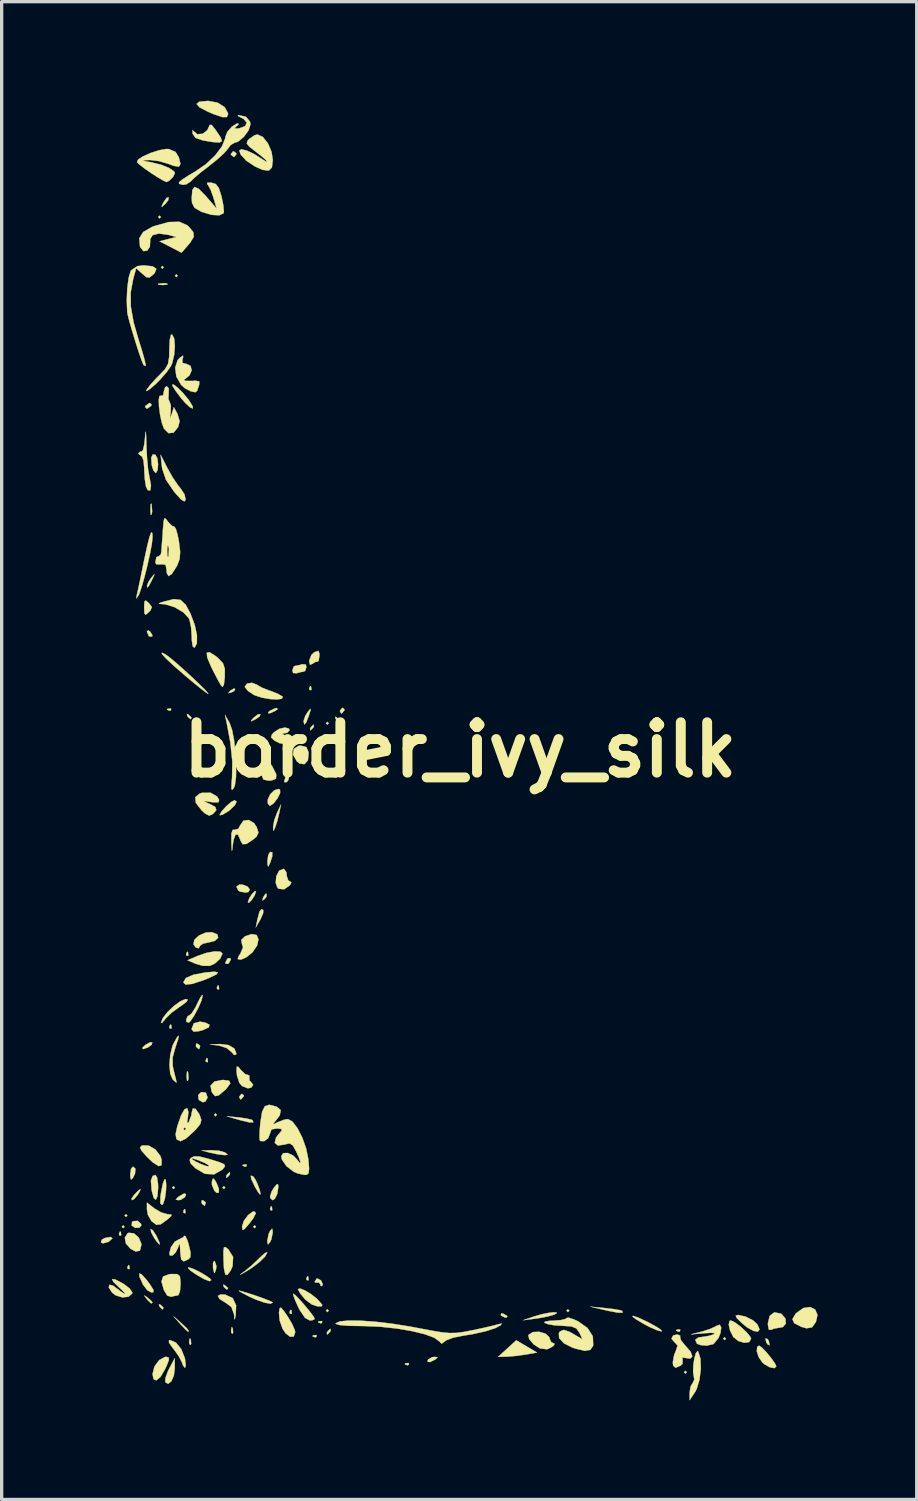
<source format=kicad_pcb>
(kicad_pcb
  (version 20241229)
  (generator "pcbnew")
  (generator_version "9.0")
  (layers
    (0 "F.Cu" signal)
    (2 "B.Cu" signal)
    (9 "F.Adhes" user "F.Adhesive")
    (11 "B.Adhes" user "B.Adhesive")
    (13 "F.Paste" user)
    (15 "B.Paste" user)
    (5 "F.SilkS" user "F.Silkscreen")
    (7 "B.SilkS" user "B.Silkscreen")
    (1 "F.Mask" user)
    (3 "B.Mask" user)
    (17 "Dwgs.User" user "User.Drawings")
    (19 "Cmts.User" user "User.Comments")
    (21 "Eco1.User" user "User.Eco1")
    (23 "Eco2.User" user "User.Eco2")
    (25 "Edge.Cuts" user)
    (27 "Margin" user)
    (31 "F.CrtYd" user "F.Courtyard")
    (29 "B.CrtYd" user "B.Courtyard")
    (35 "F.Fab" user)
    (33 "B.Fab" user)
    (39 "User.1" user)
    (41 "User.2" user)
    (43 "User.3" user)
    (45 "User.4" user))
  (footprint "border_ivy_silk"
    (layer "F.Cu")
    (at 10.881 19.648)
    (property "Reference" "border_ivy_silk" (at 0 0 0) (layer "F.SilkS") (effects (font (size 1.524 1.524) (thickness 0.3))))
    (attr through_hole)
    (fp_poly (pts (xy -10.16 14.436) (xy -10.202 14.478) (xy -10.245 14.436) (xy -10.202 14.393) (xy -10.16 14.436)) (stroke (width 0.01) (type solid)) (fill yes) (layer "F.SilkS"))
    (fp_poly (pts (xy -10.075 14.097) (xy -10.118 14.139) (xy -10.16 14.097) (xy -10.118 14.055) (xy -10.075 14.097)) (stroke (width 0.01) (type solid)) (fill yes) (layer "F.SilkS"))
    (fp_poly (pts (xy -9.059 -16.129) (xy -9.102 -16.087) (xy -9.144 -16.129) (xy -9.102 -16.171) (xy -9.059 -16.129)) (stroke (width 0.01) (type solid)) (fill yes) (layer "F.SilkS"))
    (fp_poly (pts (xy -8.975 -14.605) (xy -9.017 -14.563) (xy -9.059 -14.605) (xy -9.017 -14.647) (xy -8.975 -14.605)) (stroke (width 0.01) (type solid)) (fill yes) (layer "F.SilkS"))
    (fp_poly (pts (xy -8.636 13.25) (xy -8.678 13.293) (xy -8.721 13.25) (xy -8.678 13.208) (xy -8.636 13.25)) (stroke (width 0.01) (type solid)) (fill yes) (layer "F.SilkS"))
    (fp_poly (pts (xy -8.551 -14.351) (xy -8.594 -14.309) (xy -8.636 -14.351) (xy -8.594 -14.393) (xy -8.551 -14.351)) (stroke (width 0.01) (type solid)) (fill yes) (layer "F.SilkS"))
    (fp_poly (pts (xy -7.366 11.049) (xy -7.408 11.091) (xy -7.451 11.049) (xy -7.408 11.007) (xy -7.366 11.049)) (stroke (width 0.01) (type solid)) (fill yes) (layer "F.SilkS"))
    (fp_poly (pts (xy -7.112 13.25) (xy -7.154 13.293) (xy -7.197 13.25) (xy -7.154 13.208) (xy -7.112 13.25)) (stroke (width 0.01) (type solid)) (fill yes) (layer "F.SilkS"))
    (fp_poly (pts (xy -6.181 14.436) (xy -6.223 14.478) (xy -6.265 14.436) (xy -6.223 14.393) (xy -6.181 14.436)) (stroke (width 0.01) (type solid)) (fill yes) (layer "F.SilkS"))
    (fp_poly (pts (xy -3.979 -0.804) (xy -4.022 -0.762) (xy -4.064 -0.804) (xy -4.022 -0.847) (xy -3.979 -0.804)) (stroke (width 0.01) (type solid)) (fill yes) (layer "F.SilkS"))
    (fp_poly (pts (xy -3.979 16.976) (xy -4.022 17.018) (xy -4.064 16.976) (xy -4.022 16.933) (xy -3.979 16.976)) (stroke (width 0.01) (type solid)) (fill yes) (layer "F.SilkS"))
    (fp_poly (pts (xy 3.302 16.976) (xy 3.26 17.018) (xy 3.217 16.976) (xy 3.26 16.933) (xy 3.302 16.976)) (stroke (width 0.01) (type solid)) (fill yes) (layer "F.SilkS"))
    (fp_poly (pts (xy 6.858 18.838) (xy 6.816 18.881) (xy 6.773 18.838) (xy 6.816 18.796) (xy 6.858 18.838)) (stroke (width 0.01) (type solid)) (fill yes) (layer "F.SilkS"))
    (fp_poly (pts (xy 8.043 17.822) (xy 8.001 17.865) (xy 7.959 17.822) (xy 8.001 17.78) (xy 8.043 17.822)) (stroke (width 0.01) (type solid)) (fill yes) (layer "F.SilkS"))
    (fp_poly (pts (xy -10.273 14.591) (xy -10.263 14.691) (xy -10.273 14.704) (xy -10.323 14.692) (xy -10.329 14.647) (xy -10.298 14.578) (xy -10.273 14.591)) (stroke (width 0.01) (type solid)) (fill yes) (layer "F.SilkS"))
    (fp_poly (pts (xy -10.019 15.607) (xy -10.009 15.707) (xy -10.019 15.72) (xy -10.069 15.708) (xy -10.075 15.663) (xy -10.044 15.594) (xy -10.019 15.607)) (stroke (width 0.01) (type solid)) (fill yes) (layer "F.SilkS"))
    (fp_poly (pts (xy -8.749 -1.242) (xy -8.761 -1.191) (xy -8.805 -1.185) (xy -8.875 -1.216) (xy -8.862 -1.242) (xy -8.761 -1.252) (xy -8.749 -1.242)) (stroke (width 0.01) (type solid)) (fill yes) (layer "F.SilkS"))
    (fp_poly (pts (xy -8.749 8.326) (xy -8.739 8.426) (xy -8.749 8.438) (xy -8.799 8.427) (xy -8.805 8.382) (xy -8.774 8.312) (xy -8.749 8.326)) (stroke (width 0.01) (type solid)) (fill yes) (layer "F.SilkS"))
    (fp_poly (pts (xy -8.326 13.914) (xy -8.315 14.014) (xy -8.326 14.026) (xy -8.376 14.015) (xy -8.382 13.97) (xy -8.351 13.9) (xy -8.326 13.914)) (stroke (width 0.01) (type solid)) (fill yes) (layer "F.SilkS"))
    (fp_poly (pts (xy -8.241 6.124) (xy -8.231 6.225) (xy -8.241 6.237) (xy -8.291 6.225) (xy -8.297 6.181) (xy -8.266 6.111) (xy -8.241 6.124)) (stroke (width 0.01) (type solid)) (fill yes) (layer "F.SilkS"))
    (fp_poly (pts (xy -8.155 17.849) (xy -8.145 17.981) (xy -8.162 18.011) (xy -8.2 17.986) (xy -8.206 17.9) (xy -8.185 17.81) (xy -8.155 17.849)) (stroke (width 0.01) (type solid)) (fill yes) (layer "F.SilkS"))
    (fp_poly (pts (xy -7.648 9.342) (xy -7.638 9.442) (xy -7.648 9.454) (xy -7.699 9.443) (xy -7.705 9.398) (xy -7.674 9.328) (xy -7.648 9.342)) (stroke (width 0.01) (type solid)) (fill yes) (layer "F.SilkS"))
    (fp_poly (pts (xy -7.31 0.452) (xy -7.299 0.552) (xy -7.31 0.564) (xy -7.36 0.553) (xy -7.366 0.508) (xy -7.335 0.438) (xy -7.31 0.452)) (stroke (width 0.01) (type solid)) (fill yes) (layer "F.SilkS"))
    (fp_poly (pts (xy -7.31 7.14) (xy -7.299 7.241) (xy -7.31 7.253) (xy -7.36 7.241) (xy -7.366 7.197) (xy -7.335 7.127) (xy -7.31 7.14)) (stroke (width 0.01) (type solid)) (fill yes) (layer "F.SilkS"))
    (fp_poly (pts (xy -6.885 17.51) (xy -6.875 17.642) (xy -6.892 17.672) (xy -6.93 17.647) (xy -6.936 17.561) (xy -6.915 17.471) (xy -6.885 17.51)) (stroke (width 0.01) (type solid)) (fill yes) (layer "F.SilkS"))
    (fp_poly (pts (xy -6.463 12.559) (xy -6.475 12.609) (xy -6.519 12.615) (xy -6.589 12.584) (xy -6.576 12.559) (xy -6.475 12.549) (xy -6.463 12.559)) (stroke (width 0.01) (type solid)) (fill yes) (layer "F.SilkS"))
    (fp_poly (pts (xy -5.701 13.829) (xy -5.691 13.929) (xy -5.701 13.942) (xy -5.751 13.93) (xy -5.757 13.885) (xy -5.726 13.816) (xy -5.701 13.829)) (stroke (width 0.01) (type solid)) (fill yes) (layer "F.SilkS"))
    (fp_poly (pts (xy -5.108 16.962) (xy -5.098 17.062) (xy -5.108 17.074) (xy -5.159 17.063) (xy -5.165 17.018) (xy -5.134 16.948) (xy -5.108 16.962)) (stroke (width 0.01) (type solid)) (fill yes) (layer "F.SilkS"))
    (fp_poly (pts (xy -4.6 15.946) (xy -4.59 16.046) (xy -4.6 16.058) (xy -4.651 16.047) (xy -4.657 16.002) (xy -4.626 15.932) (xy -4.6 15.946)) (stroke (width 0.01) (type solid)) (fill yes) (layer "F.SilkS"))
    (fp_poly (pts (xy -4.516 -1.919) (xy -4.505 -1.819) (xy -4.516 -1.806) (xy -4.566 -1.818) (xy -4.572 -1.863) (xy -4.541 -1.932) (xy -4.516 -1.919)) (stroke (width 0.01) (type solid)) (fill yes) (layer "F.SilkS"))
    (fp_poly (pts (xy -4.346 17.724) (xy -4.358 17.774) (xy -4.403 17.78) (xy -4.472 17.749) (xy -4.459 17.724) (xy -4.359 17.713) (xy -4.346 17.724)) (stroke (width 0.01) (type solid)) (fill yes) (layer "F.SilkS"))
    (fp_poly (pts (xy -4.177 17.3) (xy -4.189 17.351) (xy -4.233 17.357) (xy -4.303 17.326) (xy -4.29 17.3) (xy -4.189 17.29) (xy -4.177 17.3)) (stroke (width 0.01) (type solid)) (fill yes) (layer "F.SilkS"))
    (fp_poly (pts (xy -1.552 18.57) (xy -1.564 18.621) (xy -1.609 18.627) (xy -1.678 18.596) (xy -1.665 18.57) (xy -1.565 18.56) (xy -1.552 18.57)) (stroke (width 0.01) (type solid)) (fill yes) (layer "F.SilkS"))
    (fp_poly (pts (xy 6.66 17.554) (xy 6.649 17.605) (xy 6.604 17.611) (xy 6.534 17.58) (xy 6.548 17.554) (xy 6.648 17.544) (xy 6.66 17.554)) (stroke (width 0.01) (type solid)) (fill yes) (layer "F.SilkS"))
    (fp_poly (pts (xy -9.072 16.798) (xy -8.982 16.883) (xy -9 16.933) (xy -9.012 16.933) (xy -9.084 16.873) (xy -9.11 16.836) (xy -9.12 16.778) (xy -9.072 16.798)) (stroke (width 0.01) (type solid)) (fill yes) (layer "F.SilkS"))
    (fp_poly (pts (xy -8.838 -16.638) (xy -8.926 -16.529) (xy -9.031 -16.435) (xy -9.034 -16.468) (xy -8.978 -16.581) (xy -8.887 -16.709) (xy -8.825 -16.727) (xy -8.838 -16.638)) (stroke (width 0.01) (type solid)) (fill yes) (layer "F.SilkS"))
    (fp_poly (pts (xy -8.226 -1.066) (xy -8.135 -0.981) (xy -8.154 -0.932) (xy -8.165 -0.931) (xy -8.237 -0.991) (xy -8.263 -1.029) (xy -8.273 -1.087) (xy -8.226 -1.066)) (stroke (width 0.01) (type solid)) (fill yes) (layer "F.SilkS"))
    (fp_poly (pts (xy -7.125 16.206) (xy -7.035 16.284) (xy -7.027 16.303) (xy -7.068 16.338) (xy -7.151 16.26) (xy -7.162 16.243) (xy -7.172 16.185) (xy -7.125 16.206)) (stroke (width 0.01) (type solid)) (fill yes) (layer "F.SilkS"))
    (fp_poly (pts (xy -6.813 -1.846) (xy -6.839 -1.783) (xy -6.918 -1.741) (xy -7.017 -1.715) (xy -6.976 -1.777) (xy -6.965 -1.789) (xy -6.854 -1.855) (xy -6.813 -1.846)) (stroke (width 0.01) (type solid)) (fill yes) (layer "F.SilkS"))
    (fp_poly (pts (xy -6.074 -1.011) (xy -6.195 -0.928) (xy -6.329 -0.864) (xy -6.327 -0.892) (xy -6.246 -0.98) (xy -6.119 -1.077) (xy -6.048 -1.081) (xy -6.074 -1.011)) (stroke (width 0.01) (type solid)) (fill yes) (layer "F.SilkS"))
    (fp_poly (pts (xy -5.868 4.448) (xy -5.916 4.51) (xy -5.987 4.563) (xy -5.97 4.479) (xy -5.964 4.463) (xy -5.896 4.359) (xy -5.858 4.358) (xy -5.868 4.448)) (stroke (width 0.01) (type solid)) (fill yes) (layer "F.SilkS"))
    (fp_poly (pts (xy -3.738 -0.982) (xy -3.648 -0.897) (xy -3.666 -0.847) (xy -3.678 -0.847) (xy -3.75 -0.907) (xy -3.776 -0.944) (xy -3.786 -1.002) (xy -3.738 -0.982)) (stroke (width 0.01) (type solid)) (fill yes) (layer "F.SilkS"))
    (fp_poly (pts (xy 1.308 17.07) (xy 1.427 17.139) (xy 1.407 17.183) (xy 1.36 17.187) (xy 1.245 17.126) (xy 1.228 17.104) (xy 1.242 17.056) (xy 1.308 17.07)) (stroke (width 0.01) (type solid)) (fill yes) (layer "F.SilkS"))
    (fp_poly (pts (xy 9.311 17.842) (xy 9.343 17.903) (xy 9.364 18.023) (xy 9.307 17.999) (xy 9.268 17.944) (xy 9.241 17.833) (xy 9.252 17.813) (xy 9.311 17.842)) (stroke (width 0.01) (type solid)) (fill yes) (layer "F.SilkS"))
    (fp_poly (pts (xy -10.529 14.789) (xy -10.63 14.88) (xy -10.656 14.895) (xy -10.815 14.939) (xy -10.876 14.908) (xy -10.847 14.825) (xy -10.748 14.773) (xy -10.575 14.745) (xy -10.529 14.789)) (stroke (width 0.01) (type solid)) (fill yes) (layer "F.SilkS"))
    (fp_poly (pts (xy -9.831 12.678) (xy -9.845 12.829) (xy -9.906 12.954) (xy -9.965 13.011) (xy -9.987 12.922) (xy -9.989 12.848) (xy -9.964 12.679) (xy -9.906 12.615) (xy -9.831 12.678)) (stroke (width 0.01) (type solid)) (fill yes) (layer "F.SilkS"))
    (fp_poly (pts (xy -9.695 13.353) (xy -9.756 13.462) (xy -9.868 13.594) (xy -9.939 13.631) (xy -9.948 13.58) (xy -9.864 13.462) (xy -9.741 13.337) (xy -9.68 13.293) (xy -9.695 13.353)) (stroke (width 0.01) (type solid)) (fill yes) (layer "F.SilkS"))
    (fp_poly (pts (xy -9.662 14.348) (xy -9.652 14.398) (xy -9.714 14.467) (xy -9.842 14.467) (xy -9.945 14.399) (xy -9.934 14.29) (xy -9.907 14.267) (xy -9.767 14.256) (xy -9.662 14.348)) (stroke (width 0.01) (type solid)) (fill yes) (layer "F.SilkS"))
    (fp_poly (pts (xy -9.523 16.537) (xy -9.461 16.584) (xy -9.344 16.688) (xy -9.313 16.732) (xy -9.355 16.757) (xy -9.467 16.649) (xy -9.493 16.616) (xy -9.567 16.516) (xy -9.523 16.537)) (stroke (width 0.01) (type solid)) (fill yes) (layer "F.SilkS"))
    (fp_poly (pts (xy -9.382 -3.574) (xy -9.318 -3.467) (xy -9.326 -3.43) (xy -9.414 -3.433) (xy -9.426 -3.443) (xy -9.482 -3.573) (xy -9.483 -3.587) (xy -9.44 -3.619) (xy -9.382 -3.574)) (stroke (width 0.01) (type solid)) (fill yes) (layer "F.SilkS"))
    (fp_poly (pts (xy -9.342 -10.447) (xy -9.356 -10.414) (xy -9.468 -10.332) (xy -9.493 -10.329) (xy -9.539 -10.381) (xy -9.525 -10.414) (xy -9.413 -10.496) (xy -9.388 -10.499) (xy -9.342 -10.447)) (stroke (width 0.01) (type solid)) (fill yes) (layer "F.SilkS"))
    (fp_poly (pts (xy -9.34 -7.429) (xy -9.326 -7.215) (xy -9.34 -7.133) (xy -9.364 -7.107) (xy -9.378 -7.224) (xy -9.378 -7.281) (xy -9.37 -7.435) (xy -9.348 -7.454) (xy -9.34 -7.429)) (stroke (width 0.01) (type solid)) (fill yes) (layer "F.SilkS"))
    (fp_poly (pts (xy -9.322 8.853) (xy -9.34 8.925) (xy -9.451 9.007) (xy -9.587 9.054) (xy -9.61 9.055) (xy -9.618 9.013) (xy -9.531 8.931) (xy -9.39 8.853) (xy -9.322 8.853)) (stroke (width 0.01) (type solid)) (fill yes) (layer "F.SilkS"))
    (fp_poly (pts (xy -9.263 -5.288) (xy -9.32 -5.165) (xy -9.421 -4.967) (xy -9.471 -4.912) (xy -9.483 -4.965) (xy -9.434 -5.089) (xy -9.351 -5.212) (xy -9.263 -5.316) (xy -9.263 -5.288)) (stroke (width 0.01) (type solid)) (fill yes) (layer "F.SilkS"))
    (fp_poly (pts (xy -8.867 -14.11) (xy -8.864 -14.082) (xy -8.997 -14.071) (xy -9.017 -14.071) (xy -9.148 -14.083) (xy -9.136 -14.109) (xy -9.121 -14.113) (xy -8.937 -14.126) (xy -8.867 -14.11)) (stroke (width 0.01) (type solid)) (fill yes) (layer "F.SilkS"))
    (fp_poly (pts (xy -8.445 17.35) (xy -8.269 17.516) (xy -8.214 17.596) (xy -8.24 17.611) (xy -8.308 17.554) (xy -8.441 17.414) (xy -8.473 17.378) (xy -8.678 17.145) (xy -8.445 17.35)) (stroke (width 0.01) (type solid)) (fill yes) (layer "F.SilkS"))
    (fp_poly (pts (xy -8.299 13.451) (xy -8.336 13.541) (xy -8.461 13.621) (xy -8.53 13.631) (xy -8.612 13.616) (xy -8.557 13.551) (xy -8.504 13.511) (xy -8.353 13.426) (xy -8.299 13.451)) (stroke (width 0.01) (type solid)) (fill yes) (layer "F.SilkS"))
    (fp_poly (pts (xy -8.243 9.745) (xy -8.239 9.759) (xy -8.226 9.944) (xy -8.242 10.013) (xy -8.27 10.016) (xy -8.281 9.884) (xy -8.281 9.864) (xy -8.269 9.732) (xy -8.243 9.745)) (stroke (width 0.01) (type solid)) (fill yes) (layer "F.SilkS"))
    (fp_poly (pts (xy -7.877 8.951) (xy -7.874 8.975) (xy -7.903 9.057) (xy -7.911 9.059) (xy -7.984 9) (xy -8.001 8.975) (xy -7.994 8.897) (xy -7.964 8.89) (xy -7.877 8.951)) (stroke (width 0.01) (type solid)) (fill yes) (layer "F.SilkS"))
    (fp_poly (pts (xy -7.708 13.693) (xy -7.705 13.716) (xy -7.734 13.798) (xy -7.742 13.801) (xy -7.814 13.741) (xy -7.832 13.716) (xy -7.825 13.638) (xy -7.794 13.631) (xy -7.708 13.693)) (stroke (width 0.01) (type solid)) (fill yes) (layer "F.SilkS"))
    (fp_poly (pts (xy -7.429 15.482) (xy -7.381 15.622) (xy -7.391 15.718) (xy -7.43 15.828) (xy -7.448 15.833) (xy -7.483 15.681) (xy -7.483 15.539) (xy -7.452 15.472) (xy -7.429 15.482)) (stroke (width 0.01) (type solid)) (fill yes) (layer "F.SilkS"))
    (fp_poly (pts (xy -6.969 12.839) (xy -6.985 12.869) (xy -7.065 12.95) (xy -7.08 12.954) (xy -7.085 12.899) (xy -7.07 12.869) (xy -6.99 12.788) (xy -6.975 12.785) (xy -6.969 12.839)) (stroke (width 0.01) (type solid)) (fill yes) (layer "F.SilkS"))
    (fp_poly (pts (xy -6.949 6.312) (xy -6.943 6.34) (xy -7.004 6.46) (xy -7.027 6.477) (xy -7.105 6.473) (xy -7.112 6.445) (xy -7.05 6.325) (xy -7.027 6.308) (xy -6.949 6.312)) (stroke (width 0.01) (type solid)) (fill yes) (layer "F.SilkS"))
    (fp_poly (pts (xy -6.776 -18.054) (xy -6.773 -18.034) (xy -6.838 -17.952) (xy -6.858 -17.949) (xy -6.94 -18.014) (xy -6.943 -18.034) (xy -6.878 -18.116) (xy -6.858 -18.119) (xy -6.776 -18.054)) (stroke (width 0.01) (type solid)) (fill yes) (layer "F.SilkS"))
    (fp_poly (pts (xy -6.548 10.466) (xy -6.562 10.499) (xy -6.638 10.579) (xy -6.651 10.583) (xy -6.688 10.518) (xy -6.689 10.499) (xy -6.624 10.417) (xy -6.599 10.414) (xy -6.548 10.466)) (stroke (width 0.01) (type solid)) (fill yes) (layer "F.SilkS"))
    (fp_poly (pts (xy -6.181 4.286) (xy -6.227 4.414) (xy -6.305 4.535) (xy -6.397 4.628) (xy -6.429 4.614) (xy -6.382 4.486) (xy -6.305 4.365) (xy -6.213 4.272) (xy -6.181 4.286)) (stroke (width 0.01) (type solid)) (fill yes) (layer "F.SilkS"))
    (fp_poly (pts (xy -5.962 4.847) (xy -5.966 4.945) (xy -6.042 5.119) (xy -6.051 5.136) (xy -6.189 5.376) (xy -6.136 5.123) (xy -6.076 4.898) (xy -6.017 4.82) (xy -5.962 4.847)) (stroke (width 0.01) (type solid)) (fill yes) (layer "F.SilkS"))
    (fp_poly (pts (xy -5.69 3.099) (xy -5.691 3.226) (xy -5.757 3.429) (xy -5.81 3.531) (xy -5.831 3.485) (xy -5.836 3.37) (xy -5.812 3.183) (xy -5.757 3.09) (xy -5.69 3.099)) (stroke (width 0.01) (type solid)) (fill yes) (layer "F.SilkS"))
    (fp_poly (pts (xy -5.531 -1.232) (xy -5.588 -1.185) (xy -5.742 -1.114) (xy -5.8 -1.103) (xy -5.815 -1.138) (xy -5.757 -1.185) (xy -5.603 -1.257) (xy -5.546 -1.267) (xy -5.531 -1.232)) (stroke (width 0.01) (type solid)) (fill yes) (layer "F.SilkS"))
    (fp_poly (pts (xy -4.429 -0.707) (xy -4.445 -0.677) (xy -4.525 -0.596) (xy -4.54 -0.593) (xy -4.545 -0.647) (xy -4.53 -0.677) (xy -4.45 -0.758) (xy -4.435 -0.762) (xy -4.429 -0.707)) (stroke (width 0.01) (type solid)) (fill yes) (layer "F.SilkS"))
    (fp_poly (pts (xy -3.921 17.581) (xy -3.937 17.611) (xy -4.017 17.692) (xy -4.032 17.695) (xy -4.037 17.641) (xy -4.022 17.611) (xy -3.942 17.53) (xy -3.927 17.526) (xy -3.921 17.581)) (stroke (width 0.01) (type solid)) (fill yes) (layer "F.SilkS"))
    (fp_poly (pts (xy -3.5 -1.218) (xy -3.514 -1.185) (xy -3.59 -1.105) (xy -3.603 -1.101) (xy -3.64 -1.166) (xy -3.641 -1.185) (xy -3.576 -1.267) (xy -3.551 -1.27) (xy -3.5 -1.218)) (stroke (width 0.01) (type solid)) (fill yes) (layer "F.SilkS"))
    (fp_poly (pts (xy -0.683 18.388) (xy -0.745 18.446) (xy -0.762 18.457) (xy -0.917 18.532) (xy -0.991 18.52) (xy -0.974 18.457) (xy -0.853 18.384) (xy -0.778 18.374) (xy -0.683 18.388)) (stroke (width 0.01) (type solid)) (fill yes) (layer "F.SilkS"))
    (fp_poly (pts (xy -9.428 -4.445) (xy -9.335 -4.326) (xy -9.371 -4.228) (xy -9.428 -4.167) (xy -9.522 -4.088) (xy -9.56 -4.129) (xy -9.567 -4.306) (xy -9.56 -4.487) (xy -9.52 -4.523) (xy -9.428 -4.445)) (stroke (width 0.01) (type solid)) (fill yes) (layer "F.SilkS"))
    (fp_poly (pts (xy -8.64 18.722) (xy -8.669 18.943) (xy -8.744 19.111) (xy -8.84 19.19) (xy -8.928 19.141) (xy -8.925 19.019) (xy -8.852 18.817) (xy -8.812 18.735) (xy -8.643 18.415) (xy -8.64 18.722)) (stroke (width 0.01) (type solid)) (fill yes) (layer "F.SilkS"))
    (fp_poly (pts (xy -7.718 10.371) (xy -7.695 10.39) (xy -7.648 10.523) (xy -7.709 10.641) (xy -7.789 10.668) (xy -7.898 10.606) (xy -7.921 10.576) (xy -7.931 10.447) (xy -7.841 10.36) (xy -7.718 10.371)) (stroke (width 0.01) (type solid)) (fill yes) (layer "F.SilkS"))
    (fp_poly (pts (xy -7.429 13.019) (xy -7.378 13.107) (xy -7.306 13.287) (xy -7.307 13.401) (xy -7.37 13.412) (xy -7.44 13.348) (xy -7.517 13.167) (xy -7.517 13.064) (xy -7.484 12.972) (xy -7.429 13.019)) (stroke (width 0.01) (type solid)) (fill yes) (layer "F.SilkS"))
    (fp_poly (pts (xy -6.703 11.126) (xy -6.467 11.159) (xy -6.312 11.197) (xy -6.287 11.211) (xy -6.263 11.276) (xy -6.39 11.275) (xy -6.671 11.206) (xy -6.689 11.201) (xy -7.07 11.091) (xy -6.703 11.126)) (stroke (width 0.01) (type solid)) (fill yes) (layer "F.SilkS"))
    (fp_poly (pts (xy -6.589 4.079) (xy -6.434 4.14) (xy -6.369 4.231) (xy -6.414 4.304) (xy -6.498 4.318) (xy -6.662 4.292) (xy -6.717 4.262) (xy -6.774 4.141) (xy -6.687 4.078) (xy -6.589 4.079)) (stroke (width 0.01) (type solid)) (fill yes) (layer "F.SilkS"))
    (fp_poly (pts (xy -5.477 1.905) (xy -5.537 2.15) (xy -5.595 2.328) (xy -5.647 2.45) (xy -5.662 2.413) (xy -5.663 2.328) (xy -5.629 2.133) (xy -5.545 1.905) (xy -5.426 1.651) (xy -5.477 1.905)) (stroke (width 0.01) (type solid)) (fill yes) (layer "F.SilkS"))
    (fp_poly (pts (xy -5.174 0.648) (xy -5.171 0.736) (xy -5.2 0.906) (xy -5.249 0.974) (xy -5.324 0.979) (xy -5.328 0.957) (xy -5.293 0.831) (xy -5.249 0.72) (xy -5.193 0.604) (xy -5.174 0.648)) (stroke (width 0.01) (type solid)) (fill yes) (layer "F.SilkS"))
    (fp_poly (pts (xy 2.011 18.058) (xy 2.325 18.243) (xy 1.988 18.303) (xy 1.697 18.344) (xy 1.428 18.367) (xy 1.399 18.368) (xy 1.148 18.373) (xy 1.422 18.122) (xy 1.696 17.872) (xy 2.011 18.058)) (stroke (width 0.01) (type solid)) (fill yes) (layer "F.SilkS"))
    (fp_poly (pts (xy 4.401 16.899) (xy 4.664 16.93) (xy 4.848 16.963) (xy 4.902 16.981) (xy 4.914 17.037) (xy 4.778 17.037) (xy 4.49 16.983) (xy 4.403 16.963) (xy 3.937 16.854) (xy 4.401 16.899)) (stroke (width 0.01) (type solid)) (fill yes) (layer "F.SilkS"))
    (fp_poly (pts (xy -9.307 14.542) (xy -9.209 14.689) (xy -9.19 14.724) (xy -9.1 14.922) (xy -9.101 14.977) (xy -9.185 14.887) (xy -9.268 14.767) (xy -9.356 14.602) (xy -9.37 14.506) (xy -9.369 14.505) (xy -9.307 14.542)) (stroke (width 0.01) (type solid)) (fill yes) (layer "F.SilkS"))
    (fp_poly (pts (xy -9.223 -8.929) (xy -9.168 -8.824) (xy -9.146 -8.65) (xy -9.159 -8.479) (xy -9.206 -8.385) (xy -9.219 -8.382) (xy -9.287 -8.455) (xy -9.338 -8.614) (xy -9.355 -8.843) (xy -9.303 -8.945) (xy -9.223 -8.929)) (stroke (width 0.01) (type solid)) (fill yes) (layer "F.SilkS"))
    (fp_poly (pts (xy -7.73 8.252) (xy -7.591 8.318) (xy -7.611 8.399) (xy -7.785 8.481) (xy -7.895 8.512) (xy -8.067 8.532) (xy -8.126 8.466) (xy -8.128 8.439) (xy -8.064 8.277) (xy -7.881 8.228) (xy -7.73 8.252)) (stroke (width 0.01) (type solid)) (fill yes) (layer "F.SilkS"))
    (fp_poly (pts (xy -7.297 12.135) (xy -7.12 12.187) (xy -7.112 12.192) (xy -7.041 12.254) (xy -7.123 12.267) (xy -7.154 12.265) (xy -7.361 12.238) (xy -7.578 12.192) (xy -7.832 12.127) (xy -7.535 12.119) (xy -7.297 12.135)) (stroke (width 0.01) (type solid)) (fill yes) (layer "F.SilkS"))
    (fp_poly (pts (xy -7.014 8.936) (xy -6.837 9.039) (xy -6.778 9.186) (xy -6.787 9.227) (xy -6.845 9.236) (xy -6.919 9.15) (xy -7.075 9.023) (xy -7.3 8.951) (xy -7.578 8.917) (xy -7.271 8.904) (xy -7.014 8.936)) (stroke (width 0.01) (type solid)) (fill yes) (layer "F.SilkS"))
    (fp_poly (pts (xy -5.676 14.574) (xy -5.675 14.605) (xy -5.716 14.813) (xy -5.757 14.901) (xy -5.821 14.973) (xy -5.839 14.89) (xy -5.839 14.859) (xy -5.799 14.651) (xy -5.757 14.563) (xy -5.694 14.491) (xy -5.676 14.574)) (stroke (width 0.01) (type solid)) (fill yes) (layer "F.SilkS"))
    (fp_poly (pts (xy -5.509 13.17) (xy -5.506 13.222) (xy -5.535 13.435) (xy -5.612 13.591) (xy -5.682 13.631) (xy -5.751 13.564) (xy -5.757 13.521) (xy -5.71 13.37) (xy -5.633 13.245) (xy -5.541 13.14) (xy -5.509 13.17)) (stroke (width 0.01) (type solid)) (fill yes) (layer "F.SilkS"))
    (fp_poly (pts (xy -4.527 -1.213) (xy -4.58 -1.042) (xy -4.581 -1.037) (xy -4.664 -0.827) (xy -4.72 -0.767) (xy -4.741 -0.864) (xy -4.741 -0.873) (xy -4.693 -1.023) (xy -4.615 -1.148) (xy -4.537 -1.242) (xy -4.527 -1.213)) (stroke (width 0.01) (type solid)) (fill yes) (layer "F.SilkS"))
    (fp_poly (pts (xy -9.877 14.635) (xy -9.732 14.763) (xy -9.654 14.949) (xy -9.652 14.987) (xy -9.696 15.159) (xy -9.824 15.185) (xy -9.977 15.105) (xy -10.12 14.942) (xy -10.153 14.767) (xy -10.071 14.635) (xy -10.035 14.618) (xy -9.877 14.635)) (stroke (width 0.01) (type solid)) (fill yes) (layer "F.SilkS"))
    (fp_poly (pts (xy -9.64 15.881) (xy -9.491 16.047) (xy -9.396 16.174) (xy -9.29 16.341) (xy -9.287 16.413) (xy -9.348 16.425) (xy -9.473 16.357) (xy -9.6 16.19) (xy -9.607 16.176) (xy -9.71 15.945) (xy -9.717 15.847) (xy -9.64 15.881)) (stroke (width 0.01) (type solid)) (fill yes) (layer "F.SilkS"))
    (fp_poly (pts (xy -9.176 12.945) (xy -9.148 13.137) (xy -9.144 13.25) (xy -9.164 13.51) (xy -9.212 13.618) (xy -9.275 13.571) (xy -9.334 13.362) (xy -9.341 13.322) (xy -9.363 13.042) (xy -9.311 12.898) (xy -9.224 12.869) (xy -9.176 12.945)) (stroke (width 0.01) (type solid)) (fill yes) (layer "F.SilkS"))
    (fp_poly (pts (xy -8.914 13.009) (xy -8.9 13.173) (xy -8.906 13.33) (xy -8.938 13.576) (xy -8.992 13.741) (xy -9.025 13.776) (xy -9.078 13.731) (xy -9.075 13.539) (xy -9.06 13.422) (xy -9.004 13.139) (xy -8.952 12.999) (xy -8.914 13.009)) (stroke (width 0.01) (type solid)) (fill yes) (layer "F.SilkS"))
    (fp_poly (pts (xy -8.097 15.703) (xy -7.907 15.793) (xy -7.711 15.906) (xy -7.57 16.006) (xy -7.535 16.051) (xy -7.589 16.084) (xy -7.758 16.017) (xy -8.001 15.877) (xy -8.174 15.757) (xy -8.242 15.681) (xy -8.223 15.666) (xy -8.097 15.703)) (stroke (width 0.01) (type solid)) (fill yes) (layer "F.SilkS"))
    (fp_poly (pts (xy -7.332 6.737) (xy -7.389 6.802) (xy -7.61 6.908) (xy -7.77 6.972) (xy -8.109 7.084) (xy -8.315 7.105) (xy -8.382 7.038) (xy -8.305 6.905) (xy -8.071 6.805) (xy -7.705 6.737) (xy -7.437 6.715) (xy -7.332 6.737)) (stroke (width 0.01) (type solid)) (fill yes) (layer "F.SilkS"))
    (fp_poly (pts (xy -7.26 6.108) (xy -7.197 6.164) (xy -7.265 6.319) (xy -7.428 6.468) (xy -7.585 6.539) (xy -7.79 6.537) (xy -8.009 6.475) (xy -8.255 6.369) (xy -7.94 6.233) (xy -7.679 6.144) (xy -7.436 6.101) (xy -7.26 6.108)) (stroke (width 0.01) (type solid)) (fill yes) (layer "F.SilkS"))
    (fp_poly (pts (xy -7.017 15.122) (xy -6.875 15.351) (xy -6.891 15.628) (xy -6.946 15.754) (xy -7.044 15.893) (xy -7.111 15.88) (xy -7.151 15.707) (xy -7.165 15.447) (xy -7.169 15.184) (xy -7.153 15.061) (xy -7.105 15.051) (xy -7.017 15.122)) (stroke (width 0.01) (type solid)) (fill yes) (layer "F.SilkS"))
    (fp_poly (pts (xy -6.274 12.907) (xy -6.206 12.997) (xy -6.129 13.16) (xy -6.067 13.33) (xy -6.045 13.445) (xy -6.056 13.462) (xy -6.115 13.395) (xy -6.21 13.232) (xy -6.221 13.212) (xy -6.327 12.986) (xy -6.339 12.89) (xy -6.274 12.907)) (stroke (width 0.01) (type solid)) (fill yes) (layer "F.SilkS"))
    (fp_poly (pts (xy -6.186 14.021) (xy -6.263 14.177) (xy -6.395 14.351) (xy -6.528 14.504) (xy -6.588 14.532) (xy -6.603 14.446) (xy -6.604 14.428) (xy -6.549 14.256) (xy -6.422 14.083) (xy -6.278 13.978) (xy -6.237 13.97) (xy -6.186 14.021)) (stroke (width 0.01) (type solid)) (fill yes) (layer "F.SilkS"))
    (fp_poly (pts (xy -5.454 1.207) (xy -5.453 1.309) (xy -5.531 1.467) (xy -5.645 1.616) (xy -5.754 1.692) (xy -5.765 1.693) (xy -5.824 1.624) (xy -5.827 1.511) (xy -5.755 1.347) (xy -5.627 1.223) (xy -5.498 1.184) (xy -5.454 1.207)) (stroke (width 0.01) (type solid)) (fill yes) (layer "F.SilkS"))
    (fp_poly (pts (xy -4.659 -0.086) (xy -4.592 0.067) (xy -4.589 0.092) (xy -4.61 0.315) (xy -4.712 0.432) (xy -4.86 0.417) (xy -4.948 0.345) (xy -5.061 0.144) (xy -5.042 -0.025) (xy -4.901 -0.119) (xy -4.825 -0.127) (xy -4.659 -0.086)) (stroke (width 0.01) (type solid)) (fill yes) (layer "F.SilkS"))
    (fp_poly (pts (xy -4.214 16.06) (xy -4.162 16.173) (xy -4.183 16.233) (xy -4.229 16.218) (xy -4.233 16.18) (xy -4.283 16.117) (xy -4.318 16.129) (xy -4.396 16.122) (xy -4.403 16.092) (xy -4.345 16.005) (xy -4.323 16.002) (xy -4.214 16.06)) (stroke (width 0.01) (type solid)) (fill yes) (layer "F.SilkS"))
    (fp_poly (pts (xy 2.924 17.031) (xy 2.899 17.068) (xy 2.836 17.097) (xy 2.648 17.151) (xy 2.381 17.202) (xy 2.286 17.215) (xy 1.905 17.265) (xy 2.244 17.148) (xy 2.459 17.086) (xy 2.668 17.043) (xy 2.835 17.024) (xy 2.924 17.031)) (stroke (width 0.01) (type solid)) (fill yes) (layer "F.SilkS"))
    (fp_poly (pts (xy 8.633 17.153) (xy 8.864 17.27) (xy 8.995 17.391) (xy 9.06 17.544) (xy 9.012 17.61) (xy 8.877 17.588) (xy 8.684 17.482) (xy 8.532 17.359) (xy 8.373 17.203) (xy 8.339 17.126) (xy 8.409 17.105) (xy 8.633 17.153)) (stroke (width 0.01) (type solid)) (fill yes) (layer "F.SilkS"))
    (fp_poly (pts (xy -9.429 11.979) (xy -9.228 12.098) (xy -9.078 12.288) (xy -9.04 12.399) (xy -9.039 12.571) (xy -9.127 12.601) (xy -9.3 12.492) (xy -9.48 12.322) (xy -9.643 12.141) (xy -9.694 12.04) (xy -9.646 11.984) (xy -9.623 11.974) (xy -9.429 11.979)) (stroke (width 0.01) (type solid)) (fill yes) (layer "F.SilkS"))
    (fp_poly (pts (xy -8.826 18.391) (xy -8.819 18.469) (xy -8.887 18.645) (xy -8.939 18.755) (xy -9.076 18.985) (xy -9.199 19.085) (xy -9.284 19.049) (xy -9.313 18.891) (xy -9.255 18.663) (xy -9.113 18.471) (xy -8.934 18.375) (xy -8.905 18.373) (xy -8.826 18.391)) (stroke (width 0.01) (type solid)) (fill yes) (layer "F.SilkS"))
    (fp_poly (pts (xy -7.113 16.492) (xy -6.889 16.594) (xy -6.784 16.812) (xy -6.797 17.115) (xy -6.825 17.242) (xy -6.839 17.211) (xy -6.846 17.086) (xy -6.928 16.864) (xy -7.085 16.747) (xy -7.281 16.625) (xy -7.337 16.53) (xy -7.251 16.484) (xy -7.113 16.492)) (stroke (width 0.01) (type solid)) (fill yes) (layer "F.SilkS"))
    (fp_poly (pts (xy -6.995 10.015) (xy -6.959 10.096) (xy -7.071 10.248) (xy -7.139 10.315) (xy -7.312 10.46) (xy -7.419 10.481) (xy -7.506 10.382) (xy -7.528 10.342) (xy -7.557 10.162) (xy -7.439 10.039) (xy -7.194 9.991) (xy -7.18 9.991) (xy -6.995 10.015)) (stroke (width 0.01) (type solid)) (fill yes) (layer "F.SilkS"))
    (fp_poly (pts (xy -6.768 1.568) (xy -6.824 1.68) (xy -6.981 1.828) (xy -7.027 1.863) (xy -7.19 1.961) (xy -7.277 1.979) (xy -7.281 1.968) (xy -7.223 1.862) (xy -7.089 1.714) (xy -6.939 1.581) (xy -6.832 1.524) (xy -6.831 1.524) (xy -6.768 1.568)) (stroke (width 0.01) (type solid)) (fill yes) (layer "F.SilkS"))
    (fp_poly (pts (xy -5.773 0.375) (xy -5.684 0.509) (xy -5.569 0.742) (xy -5.578 0.874) (xy -5.717 0.928) (xy -5.805 0.931) (xy -5.957 0.9) (xy -6.008 0.771) (xy -6.01 0.699) (xy -5.982 0.48) (xy -5.933 0.346) (xy -5.864 0.297) (xy -5.773 0.375)) (stroke (width 0.01) (type solid)) (fill yes) (layer "F.SilkS"))
    (fp_poly (pts (xy -4.677 -2.584) (xy -4.657 -2.507) (xy -4.696 -2.388) (xy -4.734 -2.371) (xy -4.876 -2.343) (xy -4.946 -2.319) (xy -5.059 -2.327) (xy -5.08 -2.404) (xy -5.04 -2.522) (xy -5.002 -2.54) (xy -4.86 -2.568) (xy -4.791 -2.591) (xy -4.677 -2.584)) (stroke (width 0.01) (type solid)) (fill yes) (layer "F.SilkS"))
    (fp_poly (pts (xy -4.261 -2.913) (xy -4.264 -2.842) (xy -4.285 -2.701) (xy -4.31 -2.673) (xy -4.394 -2.658) (xy -4.458 -2.614) (xy -4.546 -2.574) (xy -4.572 -2.679) (xy -4.572 -2.696) (xy -4.504 -2.877) (xy -4.412 -2.958) (xy -4.294 -2.998) (xy -4.261 -2.913)) (stroke (width 0.01) (type solid)) (fill yes) (layer "F.SilkS"))
    (fp_poly (pts (xy 10.745 16.941) (xy 10.813 17.105) (xy 10.767 17.317) (xy 10.65 17.48) (xy 10.482 17.509) (xy 10.329 17.466) (xy 10.112 17.357) (xy 10.055 17.235) (xy 10.147 17.075) (xy 10.172 17.048) (xy 10.386 16.895) (xy 10.59 16.865) (xy 10.745 16.941)) (stroke (width 0.01) (type solid)) (fill yes) (layer "F.SilkS"))
    (fp_poly (pts (xy -8.553 -10.964) (xy -8.395 -10.805) (xy -8.236 -10.614) (xy -8.198 -10.562) (xy -8.097 -10.394) (xy -8.098 -10.333) (xy -8.18 -10.37) (xy -8.321 -10.498) (xy -8.46 -10.659) (xy -8.611 -10.862) (xy -8.705 -11.011) (xy -8.721 -11.053) (xy -8.673 -11.057) (xy -8.553 -10.964)) (stroke (width 0.01) (type solid)) (fill yes) (layer "F.SilkS"))
    (fp_poly (pts (xy -7.346 -19.591) (xy -7.131 -19.456) (xy -7.03 -19.27) (xy -7.027 -19.234) (xy -7.067 -19.154) (xy -7.199 -19.153) (xy -7.445 -19.235) (xy -7.64 -19.317) (xy -7.892 -19.45) (xy -7.98 -19.551) (xy -7.905 -19.616) (xy -7.665 -19.642) (xy -7.628 -19.643) (xy -7.346 -19.591)) (stroke (width 0.01) (type solid)) (fill yes) (layer "F.SilkS"))
    (fp_poly (pts (xy -6.475 16.43) (xy -6.216 16.513) (xy -5.964 16.602) (xy -5.767 16.678) (xy -5.674 16.725) (xy -5.673 16.728) (xy -5.742 16.765) (xy -5.926 16.732) (xy -6.19 16.638) (xy -6.392 16.546) (xy -6.598 16.44) (xy -6.701 16.378) (xy -6.689 16.369) (xy -6.475 16.43)) (stroke (width 0.01) (type solid)) (fill yes) (layer "F.SilkS"))
    (fp_poly (pts (xy 5.397 17.189) (xy 5.672 17.318) (xy 5.728 17.347) (xy 5.957 17.474) (xy 6.09 17.566) (xy 6.099 17.604) (xy 6.096 17.605) (xy 5.954 17.566) (xy 5.727 17.467) (xy 5.567 17.383) (xy 5.314 17.232) (xy 5.209 17.148) (xy 5.239 17.133) (xy 5.397 17.189)) (stroke (width 0.01) (type solid)) (fill yes) (layer "F.SilkS"))
    (fp_poly (pts (xy 9.136 18.095) (xy 9.275 18.242) (xy 9.422 18.423) (xy 9.534 18.584) (xy 9.567 18.663) (xy 9.508 18.716) (xy 9.367 18.687) (xy 9.203 18.594) (xy 9.144 18.542) (xy 9.032 18.379) (xy 8.977 18.202) (xy 8.99 18.069) (xy 9.049 18.034) (xy 9.136 18.095)) (stroke (width 0.01) (type solid)) (fill yes) (layer "F.SilkS"))
    (fp_poly (pts (xy 9.704 17.064) (xy 9.727 17.077) (xy 9.844 17.215) (xy 9.856 17.367) (xy 9.766 17.471) (xy 9.694 17.485) (xy 9.499 17.518) (xy 9.419 17.553) (xy 9.343 17.553) (xy 9.314 17.409) (xy 9.313 17.359) (xy 9.368 17.131) (xy 9.509 17.026) (xy 9.704 17.064)) (stroke (width 0.01) (type solid)) (fill yes) (layer "F.SilkS"))
    (fp_poly (pts (xy -9.26 13.879) (xy -9.05 14.003) (xy -8.859 14.057) (xy -8.857 14.057) (xy -8.741 14.066) (xy -8.747 14.111) (xy -8.878 14.227) (xy -9.065 14.361) (xy -9.197 14.376) (xy -9.335 14.275) (xy -9.35 14.26) (xy -9.455 14.073) (xy -9.483 13.915) (xy -9.483 13.704) (xy -9.26 13.879)) (stroke (width 0.01) (type solid)) (fill yes) (layer "F.SilkS"))
    (fp_poly (pts (xy -8.606 17.941) (xy -8.445 18.138) (xy -8.337 18.41) (xy -8.33 18.442) (xy -8.308 18.639) (xy -8.333 18.709) (xy -8.39 18.634) (xy -8.424 18.542) (xy -8.514 18.365) (xy -8.664 18.152) (xy -8.692 18.118) (xy -8.816 17.946) (xy -8.815 17.87) (xy -8.784 17.865) (xy -8.606 17.941)) (stroke (width 0.01) (type solid)) (fill yes) (layer "F.SilkS"))
    (fp_poly (pts (xy -8.246 7.558) (xy -8.284 7.624) (xy -8.429 7.737) (xy -8.505 7.787) (xy -8.731 7.951) (xy -8.908 8.122) (xy -8.932 8.154) (xy -9.025 8.264) (xy -9.059 8.268) (xy -9.003 8.118) (xy -8.859 7.936) (xy -8.67 7.756) (xy -8.476 7.613) (xy -8.316 7.544) (xy -8.246 7.558)) (stroke (width 0.01) (type solid)) (fill yes) (layer "F.SilkS"))
    (fp_poly (pts (xy -7.393 -2.831) (xy -7.323 -2.772) (xy -7.181 -2.621) (xy -7.125 -2.448) (xy -7.127 -2.201) (xy -7.153 -1.977) (xy -7.192 -1.905) (xy -7.239 -1.947) (xy -7.322 -2.091) (xy -7.446 -2.327) (xy -7.542 -2.519) (xy -7.659 -2.797) (xy -7.672 -2.942) (xy -7.582 -2.954) (xy -7.393 -2.831)) (stroke (width 0.01) (type solid)) (fill yes) (layer "F.SilkS"))
    (fp_poly (pts (xy -7.354 5.584) (xy -7.327 5.686) (xy -7.429 5.782) (xy -7.599 5.826) (xy -7.786 5.866) (xy -7.873 5.926) (xy -7.874 5.932) (xy -7.92 6.009) (xy -8.012 5.976) (xy -8.074 5.885) (xy -8.048 5.749) (xy -7.908 5.62) (xy -7.708 5.532) (xy -7.519 5.518) (xy -7.354 5.584)) (stroke (width 0.01) (type solid)) (fill yes) (layer "F.SilkS"))
    (fp_poly (pts (xy -5.842 15.216) (xy -5.909 15.339) (xy -6.082 15.508) (xy -6.32 15.688) (xy -6.477 15.786) (xy -6.64 15.877) (xy -6.664 15.884) (xy -6.556 15.803) (xy -6.519 15.777) (xy -6.314 15.608) (xy -6.096 15.402) (xy -6.075 15.38) (xy -5.931 15.247) (xy -5.849 15.204) (xy -5.842 15.216)) (stroke (width 0.01) (type solid)) (fill yes) (layer "F.SilkS"))
    (fp_poly (pts (xy -5.346 16.975) (xy -5.228 17.143) (xy -5.09 17.374) (xy -5.006 17.57) (xy -4.995 17.63) (xy -5.041 17.759) (xy -5.151 17.765) (xy -5.287 17.659) (xy -5.379 17.52) (xy -5.466 17.271) (xy -5.487 17.034) (xy -5.487 17.034) (xy -5.467 16.904) (xy -5.429 16.881) (xy -5.346 16.975)) (stroke (width 0.01) (type solid)) (fill yes) (layer "F.SilkS"))
    (fp_poly (pts (xy -5.262 3.703) (xy -5.249 3.824) (xy -5.206 3.954) (xy -5.154 3.979) (xy -5.11 4.02) (xy -5.165 4.106) (xy -5.333 4.222) (xy -5.499 4.203) (xy -5.532 4.177) (xy -5.586 4.024) (xy -5.566 3.82) (xy -5.483 3.66) (xy -5.474 3.652) (xy -5.34 3.601) (xy -5.262 3.703)) (stroke (width 0.01) (type solid)) (fill yes) (layer "F.SilkS"))
    (fp_poly (pts (xy -4.995 16.502) (xy -4.864 16.636) (xy -4.704 16.818) (xy -4.549 17.006) (xy -4.437 17.157) (xy -4.403 17.225) (xy -4.473 17.265) (xy -4.555 17.272) (xy -4.698 17.192) (xy -4.856 16.962) (xy -4.898 16.881) (xy -5 16.654) (xy -5.055 16.499) (xy -5.058 16.46) (xy -4.995 16.502)) (stroke (width 0.01) (type solid)) (fill yes) (layer "F.SilkS"))
    (fp_poly (pts (xy -4.708 16.359) (xy -4.524 16.469) (xy -4.347 16.607) (xy -4.284 16.671) (xy -4.177 16.798) (xy -4.19 16.843) (xy -4.309 16.849) (xy -4.491 16.789) (xy -4.685 16.644) (xy -4.703 16.625) (xy -4.841 16.457) (xy -4.909 16.337) (xy -4.911 16.326) (xy -4.852 16.303) (xy -4.708 16.359)) (stroke (width 0.01) (type solid)) (fill yes) (layer "F.SilkS"))
    (fp_poly (pts (xy 8.31 17.327) (xy 8.488 17.46) (xy 8.663 17.623) (xy 8.783 17.769) (xy 8.805 17.827) (xy 8.743 17.928) (xy 8.593 17.947) (xy 8.415 17.893) (xy 8.266 17.77) (xy 8.26 17.761) (xy 8.168 17.578) (xy 8.128 17.4) (xy 8.151 17.286) (xy 8.184 17.272) (xy 8.31 17.327)) (stroke (width 0.01) (type solid)) (fill yes) (layer "F.SilkS"))
    (fp_poly (pts (xy -8.862 -8.524) (xy -8.705 -8.248) (xy -8.54 -8.005) (xy -8.468 -7.918) (xy -8.346 -7.735) (xy -8.311 -7.573) (xy -8.311 -7.572) (xy -8.352 -7.519) (xy -8.448 -7.577) (xy -8.616 -7.761) (xy -8.666 -7.822) (xy -8.907 -8.176) (xy -9.021 -8.508) (xy -9.031 -8.576) (xy -9.069 -8.932) (xy -8.862 -8.524)) (stroke (width 0.01) (type solid)) (fill yes) (layer "F.SilkS"))
    (fp_poly (pts (xy -8.562 15.869) (xy -8.486 15.934) (xy -8.467 16.107) (xy -8.467 16.181) (xy -8.484 16.39) (xy -8.529 16.503) (xy -8.544 16.51) (xy -8.688 16.538) (xy -8.744 16.557) (xy -8.867 16.521) (xy -8.971 16.349) (xy -9.044 16.092) (xy -8.993 15.939) (xy -8.808 15.872) (xy -8.736 15.866) (xy -8.562 15.869)) (stroke (width 0.01) (type solid)) (fill yes) (layer "F.SilkS"))
    (fp_poly (pts (xy -7.795 7.433) (xy -7.831 7.584) (xy -7.927 7.807) (xy -8.05 8.038) (xy -8.165 8.21) (xy -8.211 8.254) (xy -8.285 8.236) (xy -8.297 8.175) (xy -8.251 8.06) (xy -8.209 8.043) (xy -8.126 7.973) (xy -8.014 7.794) (xy -7.961 7.684) (xy -7.868 7.497) (xy -7.808 7.418) (xy -7.795 7.433)) (stroke (width 0.01) (type solid)) (fill yes) (layer "F.SilkS"))
    (fp_poly (pts (xy -6.982 -0.817) (xy -6.906 -0.603) (xy -6.845 -0.284) (xy -6.802 0.091) (xy -6.782 0.474) (xy -6.787 0.816) (xy -6.82 1.067) (xy -6.852 1.151) (xy -6.907 1.216) (xy -6.928 1.165) (xy -6.92 0.978) (xy -6.907 0.844) (xy -6.898 0.352) (xy -6.961 -0.237) (xy -7.067 -0.804) (xy -7.121 -1.058) (xy -6.982 -0.817)) (stroke (width 0.01) (type solid)) (fill yes) (layer "F.SilkS"))
    (fp_poly (pts (xy -6.716 9.597) (xy -6.638 9.694) (xy -6.509 9.815) (xy -6.422 9.84) (xy -6.375 9.869) (xy -6.387 9.898) (xy -6.378 10.009) (xy -6.351 10.032) (xy -6.267 10.14) (xy -6.329 10.226) (xy -6.432 10.245) (xy -6.603 10.176) (xy -6.686 10.081) (xy -6.757 9.859) (xy -6.771 9.721) (xy -6.762 9.585) (xy -6.716 9.597)) (stroke (width 0.01) (type solid)) (fill yes) (layer "F.SilkS"))
    (fp_poly (pts (xy -6.161 5.605) (xy -6.108 5.735) (xy -6.148 5.921) (xy -6.283 6.121) (xy -6.298 6.137) (xy -6.478 6.281) (xy -6.634 6.349) (xy -6.647 6.35) (xy -6.735 6.334) (xy -6.715 6.258) (xy -6.654 6.165) (xy -6.574 5.974) (xy -6.607 5.88) (xy -6.629 5.755) (xy -6.512 5.642) (xy -6.308 5.575) (xy -6.161 5.605)) (stroke (width 0.01) (type solid)) (fill yes) (layer "F.SilkS"))
    (fp_poly (pts (xy 2.583 17.672) (xy 2.699 17.781) (xy 2.709 17.831) (xy 2.761 17.938) (xy 2.799 17.949) (xy 2.861 17.982) (xy 2.808 18.054) (xy 2.676 18.127) (xy 2.623 18.144) (xy 2.412 18.118) (xy 2.227 17.999) (xy 2.089 17.841) (xy 2.062 17.717) (xy 2.066 17.709) (xy 2.199 17.623) (xy 2.394 17.615) (xy 2.583 17.672)) (stroke (width 0.01) (type solid)) (fill yes) (layer "F.SilkS"))
    (fp_poly (pts (xy -8.921 -2.889) (xy -8.799 -2.8) (xy -8.605 -2.638) (xy -8.372 -2.432) (xy -8.128 -2.209) (xy -7.904 -1.997) (xy -7.729 -1.824) (xy -7.634 -1.717) (xy -7.628 -1.697) (xy -7.71 -1.747) (xy -7.89 -1.885) (xy -8.137 -2.086) (xy -8.319 -2.24) (xy -8.67 -2.545) (xy -8.909 -2.768) (xy -9.031 -2.901) (xy -9.032 -2.941) (xy -8.921 -2.889)) (stroke (width 0.01) (type solid)) (fill yes) (layer "F.SilkS"))
    (fp_poly (pts (xy -8.54 8.762) (xy -8.623 9.012) (xy -8.705 9.309) (xy -8.703 9.564) (xy -8.667 9.732) (xy -8.613 9.943) (xy -8.588 10.064) (xy -8.588 10.075) (xy -8.651 10.025) (xy -8.704 9.974) (xy -8.778 9.805) (xy -8.802 9.537) (xy -8.778 9.234) (xy -8.709 8.959) (xy -8.676 8.886) (xy -8.567 8.692) (xy -8.521 8.652) (xy -8.54 8.762)) (stroke (width 0.01) (type solid)) (fill yes) (layer "F.SilkS"))
    (fp_poly (pts (xy -5.187 -0.645) (xy -5.165 -0.593) (xy -5.235 -0.518) (xy -5.313 -0.503) (xy -5.387 -0.485) (xy -5.305 -0.435) (xy -5.265 -0.419) (xy -5.136 -0.331) (xy -5.122 -0.255) (xy -5.258 -0.177) (xy -5.461 -0.198) (xy -5.624 -0.281) (xy -5.727 -0.377) (xy -5.699 -0.466) (xy -5.634 -0.535) (xy -5.476 -0.637) (xy -5.306 -0.676) (xy -5.187 -0.645)) (stroke (width 0.01) (type solid)) (fill yes) (layer "F.SilkS"))
    (fp_poly (pts (xy 7.206 18.216) (xy 7.272 18.433) (xy 7.282 18.74) (xy 7.242 19.067) (xy 7.157 19.348) (xy 7.112 19.431) (xy 6.944 19.685) (xy 6.943 19.457) (xy 6.973 19.268) (xy 7.033 19.173) (xy 7.086 19.059) (xy 7.072 18.984) (xy 7.049 18.831) (xy 7.056 18.627) (xy 7.087 18.42) (xy 7.132 18.261) (xy 7.183 18.198) (xy 7.206 18.216)) (stroke (width 0.01) (type solid)) (fill yes) (layer "F.SilkS"))
    (fp_poly (pts (xy -7.524 -18.915) (xy -7.421 -18.788) (xy -7.381 -18.732) (xy -7.25 -18.536) (xy -7.214 -18.425) (xy -7.291 -18.383) (xy -7.499 -18.399) (xy -7.788 -18.447) (xy -8.013 -18.523) (xy -8.102 -18.654) (xy -8.104 -18.669) (xy -8.103 -18.761) (xy -8.077 -18.733) (xy -7.96 -18.636) (xy -7.796 -18.648) (xy -7.658 -18.756) (xy -7.632 -18.809) (xy -7.582 -18.918) (xy -7.524 -18.915)) (stroke (width 0.01) (type solid)) (fill yes) (layer "F.SilkS"))
    (fp_poly (pts (xy -9.321 -6.56) (xy -9.314 -6.428) (xy -9.336 -6.23) (xy -9.392 -5.931) (xy -9.47 -5.58) (xy -9.559 -5.227) (xy -9.646 -4.922) (xy -9.719 -4.713) (xy -9.742 -4.669) (xy -9.803 -4.585) (xy -9.798 -4.651) (xy -9.787 -4.699) (xy -9.752 -4.852) (xy -9.694 -5.126) (xy -9.622 -5.476) (xy -9.576 -5.703) (xy -9.479 -6.156) (xy -9.404 -6.451) (xy -9.351 -6.587) (xy -9.321 -6.56)) (stroke (width 0.01) (type solid)) (fill yes) (layer "F.SilkS"))
    (fp_poly (pts (xy -6.152 -1.973) (xy -6.134 -1.958) (xy -6.006 -1.885) (xy -5.79 -1.799) (xy -5.737 -1.782) (xy -5.522 -1.698) (xy -5.386 -1.618) (xy -5.373 -1.602) (xy -5.4 -1.546) (xy -5.546 -1.526) (xy -5.761 -1.538) (xy -5.998 -1.58) (xy -6.211 -1.648) (xy -6.244 -1.664) (xy -6.426 -1.783) (xy -6.517 -1.899) (xy -6.519 -1.916) (xy -6.453 -2.007) (xy -6.305 -2.029) (xy -6.152 -1.973)) (stroke (width 0.01) (type solid)) (fill yes) (layer "F.SilkS"))
    (fp_poly (pts (xy -7.36 1.411) (xy -7.298 1.518) (xy -7.318 1.587) (xy -7.466 1.59) (xy -7.546 1.579) (xy -7.731 1.55) (xy -7.757 1.558) (xy -7.636 1.613) (xy -7.599 1.628) (xy -7.413 1.728) (xy -7.382 1.824) (xy -7.489 1.944) (xy -7.598 1.991) (xy -7.726 1.926) (xy -7.828 1.832) (xy -8.003 1.604) (xy -8.021 1.433) (xy -7.882 1.321) (xy -7.819 1.301) (xy -7.557 1.298) (xy -7.36 1.411)) (stroke (width 0.01) (type solid)) (fill yes) (layer "F.SilkS"))
    (fp_poly (pts (xy -10.441 16.032) (xy -10.22 16.147) (xy -10.175 16.174) (xy -10.003 16.307) (xy -9.926 16.426) (xy -9.927 16.449) (xy -10.038 16.553) (xy -10.227 16.574) (xy -10.43 16.512) (xy -10.538 16.429) (xy -10.638 16.272) (xy -10.621 16.191) (xy -10.508 16.218) (xy -10.436 16.272) (xy -10.259 16.405) (xy -10.16 16.466) (xy -10.141 16.457) (xy -10.23 16.361) (xy -10.329 16.271) (xy -10.503 16.099) (xy -10.538 16.018) (xy -10.441 16.032)) (stroke (width 0.01) (type solid)) (fill yes) (layer "F.SilkS"))
    (fp_poly (pts (xy -8.658 -12.449) (xy -8.638 -12.223) (xy -8.659 -11.955) (xy -8.719 -11.706) (xy -8.758 -11.616) (xy -8.89 -11.428) (xy -9.095 -11.196) (xy -9.23 -11.062) (xy -9.402 -10.915) (xy -9.496 -10.858) (xy -9.497 -10.893) (xy -9.386 -11.044) (xy -9.204 -11.245) (xy -9.109 -11.341) (xy -8.935 -11.523) (xy -8.845 -11.684) (xy -8.81 -11.894) (xy -8.805 -12.129) (xy -8.792 -12.414) (xy -8.756 -12.561) (xy -8.721 -12.573) (xy -8.658 -12.449)) (stroke (width 0.01) (type solid)) (fill yes) (layer "F.SilkS"))
    (fp_poly (pts (xy -8.466 -4.539) (xy -8.311 -4.394) (xy -8.167 -4.128) (xy -8.036 -3.782) (xy -7.969 -3.467) (xy -7.971 -3.222) (xy -8.043 -3.09) (xy -8.097 -3.131) (xy -8.125 -3.316) (xy -8.128 -3.43) (xy -8.146 -3.704) (xy -8.193 -3.929) (xy -8.215 -3.984) (xy -8.383 -4.164) (xy -8.645 -4.318) (xy -8.927 -4.405) (xy -8.992 -4.411) (xy -9.123 -4.421) (xy -9.101 -4.445) (xy -8.975 -4.487) (xy -8.671 -4.563) (xy -8.466 -4.539)) (stroke (width 0.01) (type solid)) (fill yes) (layer "F.SilkS"))
    (fp_poly (pts (xy 7.9 17.487) (xy 7.876 17.658) (xy 7.818 17.801) (xy 7.67 17.984) (xy 7.463 18.034) (xy 7.27 18.016) (xy 7.168 17.978) (xy 7.114 17.858) (xy 7.212 17.785) (xy 7.303 17.774) (xy 7.541 17.735) (xy 7.662 17.695) (xy 7.708 17.655) (xy 7.591 17.646) (xy 7.408 17.657) (xy 6.985 17.693) (xy 7.317 17.608) (xy 7.556 17.532) (xy 7.73 17.453) (xy 7.753 17.436) (xy 7.857 17.401) (xy 7.9 17.487)) (stroke (width 0.01) (type solid)) (fill yes) (layer "F.SilkS"))
    (fp_poly (pts (xy -8.317 14.719) (xy -8.254 14.858) (xy -8.218 14.977) (xy -8.162 15.22) (xy -8.168 15.354) (xy -8.227 15.42) (xy -8.371 15.484) (xy -8.445 15.428) (xy -8.473 15.229) (xy -8.475 15.177) (xy -8.485 14.99) (xy -8.505 14.961) (xy -8.541 15.064) (xy -8.616 15.218) (xy -8.713 15.308) (xy -8.789 15.304) (xy -8.805 15.241) (xy -8.757 15.055) (xy -8.643 14.889) (xy -8.515 14.817) (xy -8.513 14.817) (xy -8.382 14.752) (xy -8.358 14.711) (xy -8.317 14.719)) (stroke (width 0.01) (type solid)) (fill yes) (layer "F.SilkS"))
    (fp_poly (pts (xy -6.243 2.215) (xy -6.162 2.336) (xy -6.108 2.505) (xy -6.164 2.625) (xy -6.269 2.715) (xy -6.47 2.848) (xy -6.588 2.855) (xy -6.656 2.738) (xy -6.664 2.709) (xy -6.732 2.56) (xy -6.802 2.569) (xy -6.861 2.724) (xy -6.881 2.857) (xy -6.901 3.031) (xy -6.913 3.057) (xy -6.923 2.927) (xy -6.928 2.775) (xy -6.926 2.53) (xy -6.889 2.423) (xy -6.827 2.42) (xy -6.715 2.389) (xy -6.665 2.291) (xy -6.564 2.145) (xy -6.405 2.122) (xy -6.243 2.215)) (stroke (width 0.01) (type solid)) (fill yes) (layer "F.SilkS"))
    (fp_poly (pts (xy 6.659 17.732) (xy 6.654 17.768) (xy 6.679 17.868) (xy 6.798 18.017) (xy 6.818 18.036) (xy 6.977 18.223) (xy 7.026 18.362) (xy 6.964 18.427) (xy 6.847 18.412) (xy 6.723 18.392) (xy 6.731 18.458) (xy 6.728 18.584) (xy 6.678 18.635) (xy 6.517 18.705) (xy 6.444 18.637) (xy 6.435 18.536) (xy 6.475 18.318) (xy 6.529 18.185) (xy 6.578 18.034) (xy 6.5 17.941) (xy 6.485 17.932) (xy 6.394 17.823) (xy 6.444 17.726) (xy 6.572 17.695) (xy 6.659 17.732)) (stroke (width 0.01) (type solid)) (fill yes) (layer "F.SilkS"))
    (fp_poly (pts (xy -8.388 -11.882) (xy -8.406 -11.832) (xy -8.409 -11.713) (xy -8.295 -11.684) (xy -8.163 -11.624) (xy -8.129 -11.487) (xy -8.195 -11.335) (xy -8.276 -11.267) (xy -8.369 -11.198) (xy -8.312 -11.17) (xy -8.297 -11.169) (xy -8.102 -11.167) (xy -8.01 -11.174) (xy -7.896 -11.151) (xy -7.904 -11.049) (xy -7.951 -10.911) (xy -7.959 -10.873) (xy -8.018 -10.824) (xy -8.16 -10.854) (xy -8.329 -10.943) (xy -8.451 -11.05) (xy -8.594 -11.302) (xy -8.628 -11.572) (xy -8.553 -11.8) (xy -8.493 -11.864) (xy -8.391 -11.935) (xy -8.388 -11.882)) (stroke (width 0.01) (type solid)) (fill yes) (layer "F.SilkS"))
    (fp_poly (pts (xy -8.263 -15.878) (xy -8.213 -15.833) (xy -8.079 -15.671) (xy -8.064 -15.532) (xy -8.17 -15.358) (xy -8.238 -15.277) (xy -8.434 -15.05) (xy -8.768 -15.222) (xy -9.102 -15.394) (xy -8.594 -15.524) (xy -8.848 -15.592) (xy -9.122 -15.628) (xy -9.312 -15.58) (xy -9.386 -15.457) (xy -9.383 -15.423) (xy -9.395 -15.227) (xy -9.477 -15.11) (xy -9.588 -15.096) (xy -9.684 -15.212) (xy -9.694 -15.24) (xy -9.716 -15.485) (xy -9.598 -15.675) (xy -9.326 -15.83) (xy -9.249 -15.859) (xy -8.823 -15.977) (xy -8.502 -15.984) (xy -8.263 -15.878)) (stroke (width 0.01) (type solid)) (fill yes) (layer "F.SilkS"))
    (fp_poly (pts (xy -7.399 -17.127) (xy -7.308 -17.008) (xy -7.231 -16.771) (xy -7.221 -16.729) (xy -7.17 -16.477) (xy -7.154 -16.294) (xy -7.163 -16.243) (xy -7.292 -16.181) (xy -7.523 -16.194) (xy -7.809 -16.279) (xy -7.853 -16.298) (xy -8.044 -16.409) (xy -8.119 -16.559) (xy -8.128 -16.703) (xy -8.109 -16.945) (xy -8.043 -17.039) (xy -7.918 -16.984) (xy -7.719 -16.784) (xy -7.688 -16.749) (xy -7.373 -16.383) (xy -7.472 -16.722) (xy -7.554 -16.95) (xy -7.638 -17.105) (xy -7.659 -17.128) (xy -7.657 -17.169) (xy -7.535 -17.17) (xy -7.399 -17.127)) (stroke (width 0.01) (type solid)) (fill yes) (layer "F.SilkS"))
    (fp_poly (pts (xy -5.974 -18.551) (xy -5.821 -18.359) (xy -5.711 -18.101) (xy -5.673 -17.853) (xy -5.701 -17.627) (xy -5.799 -17.532) (xy -5.988 -17.558) (xy -6.223 -17.665) (xy -6.476 -17.834) (xy -6.644 -18.016) (xy -6.689 -18.141) (xy -6.625 -18.179) (xy -6.463 -18.141) (xy -6.246 -18.04) (xy -6.075 -17.932) (xy -5.901 -17.82) (xy -5.844 -17.802) (xy -5.893 -17.865) (xy -6.039 -17.99) (xy -6.184 -18.102) (xy -6.382 -18.256) (xy -6.46 -18.354) (xy -6.439 -18.436) (xy -6.39 -18.49) (xy -6.233 -18.6) (xy -6.138 -18.627) (xy -5.974 -18.551)) (stroke (width 0.01) (type solid)) (fill yes) (layer "F.SilkS"))
    (fp_poly (pts (xy -9.508 -9.508) (xy -9.499 -9.222) (xy -9.498 -9.186) (xy -9.48 -8.82) (xy -9.447 -8.481) (xy -9.404 -8.236) (xy -9.399 -8.216) (xy -9.361 -8.001) (xy -9.38 -7.861) (xy -9.387 -7.851) (xy -9.46 -7.862) (xy -9.513 -7.974) (xy -9.547 -8.186) (xy -9.565 -8.463) (xy -9.566 -8.53) (xy -9.585 -8.75) (xy -9.63 -8.877) (xy -9.652 -8.89) (xy -9.733 -8.955) (xy -9.737 -8.98) (xy -9.685 -9.032) (xy -9.657 -9.02) (xy -9.606 -9.067) (xy -9.564 -9.244) (xy -9.545 -9.417) (xy -9.53 -9.598) (xy -9.518 -9.631) (xy -9.508 -9.508)) (stroke (width 0.01) (type solid)) (fill yes) (layer "F.SilkS"))
    (fp_poly (pts (xy -8.821 -10.936) (xy -8.826 -10.793) (xy -8.833 -10.617) (xy -8.797 -10.536) (xy -8.759 -10.43) (xy -8.763 -10.235) (xy -8.765 -10.22) (xy -8.784 -10.058) (xy -8.772 -10.054) (xy -8.736 -10.16) (xy -8.668 -10.372) (xy -8.559 -10.17) (xy -8.493 -9.948) (xy -8.541 -9.768) (xy -8.675 -9.602) (xy -8.83 -9.586) (xy -8.967 -9.722) (xy -9.033 -9.899) (xy -9.084 -10.134) (xy -9.117 -10.379) (xy -9.126 -10.586) (xy -9.105 -10.708) (xy -9.072 -10.718) (xy -8.993 -10.731) (xy -8.975 -10.832) (xy -8.936 -10.973) (xy -8.88 -11.007) (xy -8.821 -10.936)) (stroke (width 0.01) (type solid)) (fill yes) (layer "F.SilkS"))
    (fp_poly (pts (xy -7.896 12.309) (xy -7.629 12.376) (xy -7.548 12.4) (xy -7.277 12.485) (xy -7.143 12.546) (xy -7.121 12.606) (xy -7.184 12.687) (xy -7.207 12.71) (xy -7.451 12.85) (xy -7.731 12.833) (xy -8.017 12.664) (xy -8.167 12.511) (xy -8.189 12.407) (xy -8.16 12.364) (xy -8.117 12.364) (xy -8.116 12.395) (xy -8.011 12.46) (xy -7.855 12.535) (xy -7.702 12.593) (xy -7.62 12.609) (xy -7.604 12.581) (xy -7.719 12.512) (xy -7.778 12.485) (xy -7.979 12.404) (xy -8.106 12.365) (xy -8.117 12.364) (xy -8.16 12.364) (xy -8.152 12.353) (xy -8.057 12.303) (xy -7.896 12.309)) (stroke (width 0.01) (type solid)) (fill yes) (layer "F.SilkS"))
    (fp_poly (pts (xy -8.228 10.963) (xy -8.244 11.113) (xy -8.267 11.28) (xy -8.238 11.294) (xy -8.214 11.261) (xy -8.139 11.066) (xy -8.129 10.986) (xy -8.094 10.854) (xy -8.011 10.868) (xy -7.904 11.018) (xy -7.886 11.056) (xy -7.838 11.201) (xy -7.867 11.324) (xy -7.994 11.481) (xy -8.076 11.564) (xy -8.306 11.77) (xy -8.464 11.846) (xy -8.571 11.8) (xy -8.594 11.768) (xy -8.615 11.631) (xy -8.581 11.472) (xy -8.382 11.472) (xy -8.34 11.515) (xy -8.297 11.472) (xy -8.34 11.43) (xy -8.382 11.472) (xy -8.581 11.472) (xy -8.562 11.388) (xy -8.451 11.07) (xy -8.348 10.881) (xy -8.264 10.847) (xy -8.228 10.963)) (stroke (width 0.01) (type solid)) (fill yes) (layer "F.SilkS"))
    (fp_poly (pts (xy -8.825 -18.187) (xy -8.616 -18.099) (xy -8.516 -17.93) (xy -8.468 -17.732) (xy -8.517 -17.652) (xy -8.681 -17.679) (xy -8.832 -17.737) (xy -9.115 -17.821) (xy -9.393 -17.855) (xy -9.416 -17.854) (xy -9.581 -17.846) (xy -9.598 -17.832) (xy -9.459 -17.804) (xy -9.356 -17.786) (xy -9.06 -17.714) (xy -8.814 -17.615) (xy -8.662 -17.51) (xy -8.636 -17.455) (xy -8.693 -17.342) (xy -8.811 -17.226) (xy -8.892 -17.187) (xy -8.987 -17.231) (xy -9.174 -17.342) (xy -9.341 -17.449) (xy -9.568 -17.607) (xy -9.733 -17.736) (xy -9.785 -17.79) (xy -9.749 -17.869) (xy -9.596 -17.967) (xy -9.374 -18.067) (xy -9.129 -18.147) (xy -8.911 -18.188) (xy -8.825 -18.187)) (stroke (width 0.01) (type solid)) (fill yes) (layer "F.SilkS"))
    (fp_poly (pts (xy 3.453 17.245) (xy 3.563 17.295) (xy 3.854 17.501) (xy 4.014 17.753) (xy 4.025 18.021) (xy 4.018 18.045) (xy 3.934 18.164) (xy 3.768 18.19) (xy 3.491 18.125) (xy 3.395 18.093) (xy 3.138 17.963) (xy 2.994 17.808) (xy 2.985 17.655) (xy 3.023 17.601) (xy 3.131 17.557) (xy 3.302 17.613) (xy 3.411 17.673) (xy 3.7 17.844) (xy 3.607 17.643) (xy 3.515 17.513) (xy 3.363 17.452) (xy 3.133 17.436) (xy 2.854 17.419) (xy 2.652 17.384) (xy 2.549 17.343) (xy 2.564 17.306) (xy 2.718 17.281) (xy 2.815 17.278) (xy 3.05 17.26) (xy 3.195 17.223) (xy 3.217 17.198) (xy 3.284 17.187) (xy 3.453 17.245)) (stroke (width 0.01) (type solid)) (fill yes) (layer "F.SilkS"))
    (fp_poly (pts (xy -9.31 -14.636) (xy -9.199 -14.562) (xy -9.244 -14.441) (xy -9.286 -14.395) (xy -9.405 -14.297) (xy -9.502 -14.31) (xy -9.624 -14.412) (xy -9.809 -14.58) (xy -9.899 -14.254) (xy -9.975 -13.848) (xy -9.972 -13.423) (xy -9.886 -12.937) (xy -9.74 -12.429) (xy -9.636 -12.093) (xy -9.559 -11.823) (xy -9.521 -11.655) (xy -9.52 -11.619) (xy -9.581 -11.644) (xy -9.59 -11.657) (xy -9.646 -11.795) (xy -9.733 -12.046) (xy -9.834 -12.361) (xy -9.934 -12.69) (xy -10.018 -12.984) (xy -10.071 -13.193) (xy -10.08 -13.25) (xy -10.094 -13.614) (xy -10.078 -13.977) (xy -10.037 -14.287) (xy -9.977 -14.491) (xy -9.961 -14.517) (xy -9.771 -14.643) (xy -9.581 -14.666) (xy -9.31 -14.636)) (stroke (width 0.01) (type solid)) (fill yes) (layer "F.SilkS"))
    (fp_poly (pts (xy -3.012 17.279) (xy -2.56 17.311) (xy -2.055 17.371) (xy -1.525 17.455) (xy -1.361 17.486) (xy -0.91 17.572) (xy -0.581 17.627) (xy -0.333 17.652) (xy -0.121 17.649) (xy 0.097 17.621) (xy 0.363 17.569) (xy 0.38 17.566) (xy 0.708 17.496) (xy 0.984 17.432) (xy 1.155 17.387) (xy 1.169 17.382) (xy 1.257 17.368) (xy 1.228 17.415) (xy 1.067 17.502) (xy 0.781 17.595) (xy 0.41 17.68) (xy 0.042 17.741) (xy -0.221 17.795) (xy -0.416 17.869) (xy -0.47 17.909) (xy -0.561 17.976) (xy -0.64 17.9) (xy -0.79 17.793) (xy -1.075 17.688) (xy -1.461 17.594) (xy -1.914 17.517) (xy -2.399 17.464) (xy -2.883 17.442) (xy -2.94 17.441) (xy -3.365 17.434) (xy -3.643 17.412) (xy -3.765 17.376) (xy -3.768 17.357) (xy -3.644 17.3) (xy -3.383 17.275) (xy -3.012 17.279)) (stroke (width 0.01) (type solid)) (fill yes) (layer "F.SilkS"))
    (fp_poly (pts (xy -8.873 -6.944) (xy -8.841 -6.9) (xy -8.724 -6.781) (xy -8.654 -6.756) (xy -8.609 -6.695) (xy -8.555 -6.509) (xy -8.515 -6.304) (xy -8.478 -5.998) (xy -8.493 -5.782) (xy -8.567 -5.585) (xy -8.592 -5.538) (xy -8.732 -5.322) (xy -8.831 -5.26) (xy -8.884 -5.354) (xy -8.89 -5.453) (xy -8.918 -5.6) (xy -9.028 -5.62) (xy -9.059 -5.613) (xy -9.195 -5.614) (xy -9.229 -5.663) (xy -9.198 -5.835) (xy -9.123 -5.863) (xy -9.064 -5.914) (xy -9.048 -5.99) (xy -9.046 -6.011) (xy -8.87 -6.011) (xy -8.862 -5.857) (xy -8.84 -5.839) (xy -8.832 -5.863) (xy -8.818 -6.078) (xy -8.832 -6.16) (xy -8.856 -6.186) (xy -8.87 -6.069) (xy -8.87 -6.011) (xy -9.046 -6.011) (xy -9.033 -6.193) (xy -9.021 -6.35) (xy -8.997 -6.703) (xy -8.978 -6.912) (xy -8.957 -7.005) (xy -8.925 -7.007) (xy -8.873 -6.944)) (stroke (width 0.01) (type solid)) (fill yes) (layer "F.SilkS"))
    (fp_poly (pts (xy -6.488 -19.166) (xy -6.363 -19.014) (xy -6.35 -18.929) (xy -6.41 -18.746) (xy -6.554 -18.552) (xy -6.727 -18.409) (xy -6.839 -18.373) (xy -6.952 -18.306) (xy -7.027 -18.204) (xy -7.139 -18.07) (xy -7.345 -17.88) (xy -7.601 -17.676) (xy -7.601 -17.675) (xy -7.852 -17.482) (xy -8.049 -17.315) (xy -8.152 -17.211) (xy -8.153 -17.209) (xy -8.287 -17.12) (xy -8.391 -17.103) (xy -8.508 -17.133) (xy -8.514 -17.179) (xy -8.42 -17.259) (xy -8.222 -17.388) (xy -8.005 -17.516) (xy -7.69 -17.735) (xy -7.414 -17.999) (xy -7.211 -18.269) (xy -7.115 -18.507) (xy -7.112 -18.549) (xy -7.051 -18.705) (xy -6.912 -18.865) (xy -6.76 -18.959) (xy -6.724 -18.964) (xy -6.714 -18.926) (xy -6.773 -18.876) (xy -6.836 -18.816) (xy -6.753 -18.807) (xy -6.695 -18.813) (xy -6.508 -18.88) (xy -6.461 -18.99) (xy -6.563 -19.103) (xy -6.618 -19.129) (xy -6.731 -19.189) (xy -6.717 -19.214) (xy -6.488 -19.166)) (stroke (width 0.01) (type solid)) (fill yes) (layer "F.SilkS"))
    (fp_poly (pts (xy -5.567 10.798) (xy -5.553 10.804) (xy -5.432 10.906) (xy -5.464 11.066) (xy -5.567 11.203) (xy -5.664 11.319) (xy -5.638 11.327) (xy -5.53 11.273) (xy -5.333 11.196) (xy -5.216 11.176) (xy -5.078 11.252) (xy -4.926 11.452) (xy -4.782 11.735) (xy -4.666 12.06) (xy -4.599 12.384) (xy -4.597 12.4) (xy -4.575 12.668) (xy -4.587 12.809) (xy -4.643 12.861) (xy -4.708 12.867) (xy -4.914 12.824) (xy -5.038 12.772) (xy -5.261 12.6) (xy -5.398 12.4) (xy -5.419 12.303) (xy -5.36 12.207) (xy -5.221 12.202) (xy -5.059 12.278) (xy -4.958 12.38) (xy -4.857 12.505) (xy -4.833 12.488) (xy -4.885 12.337) (xy -4.965 12.159) (xy -5.069 11.972) (xy -5.167 11.912) (xy -5.313 11.946) (xy -5.318 11.948) (xy -5.521 11.976) (xy -5.614 11.895) (xy -5.577 11.738) (xy -5.505 11.643) (xy -5.399 11.52) (xy -5.422 11.473) (xy -5.551 11.46) (xy -5.713 11.489) (xy -5.757 11.611) (xy -5.812 11.753) (xy -5.933 11.845) (xy -6.052 11.84) (xy -6.063 11.83) (xy -6.077 11.73) (xy -6.07 11.511) (xy -6.048 11.27) (xy -5.997 10.955) (xy -5.916 10.788) (xy -5.781 10.743) (xy -5.567 10.798)) (stroke (width 0.01) (type solid)) (fill yes) (layer "F.SilkS")))
  (gr_rect
    (start -3 -3)
    (end 24.699 42.338)
    (stroke (width 0.1) (type default))
    (fill no)
    (layer "Edge.Cuts")))
</source>
